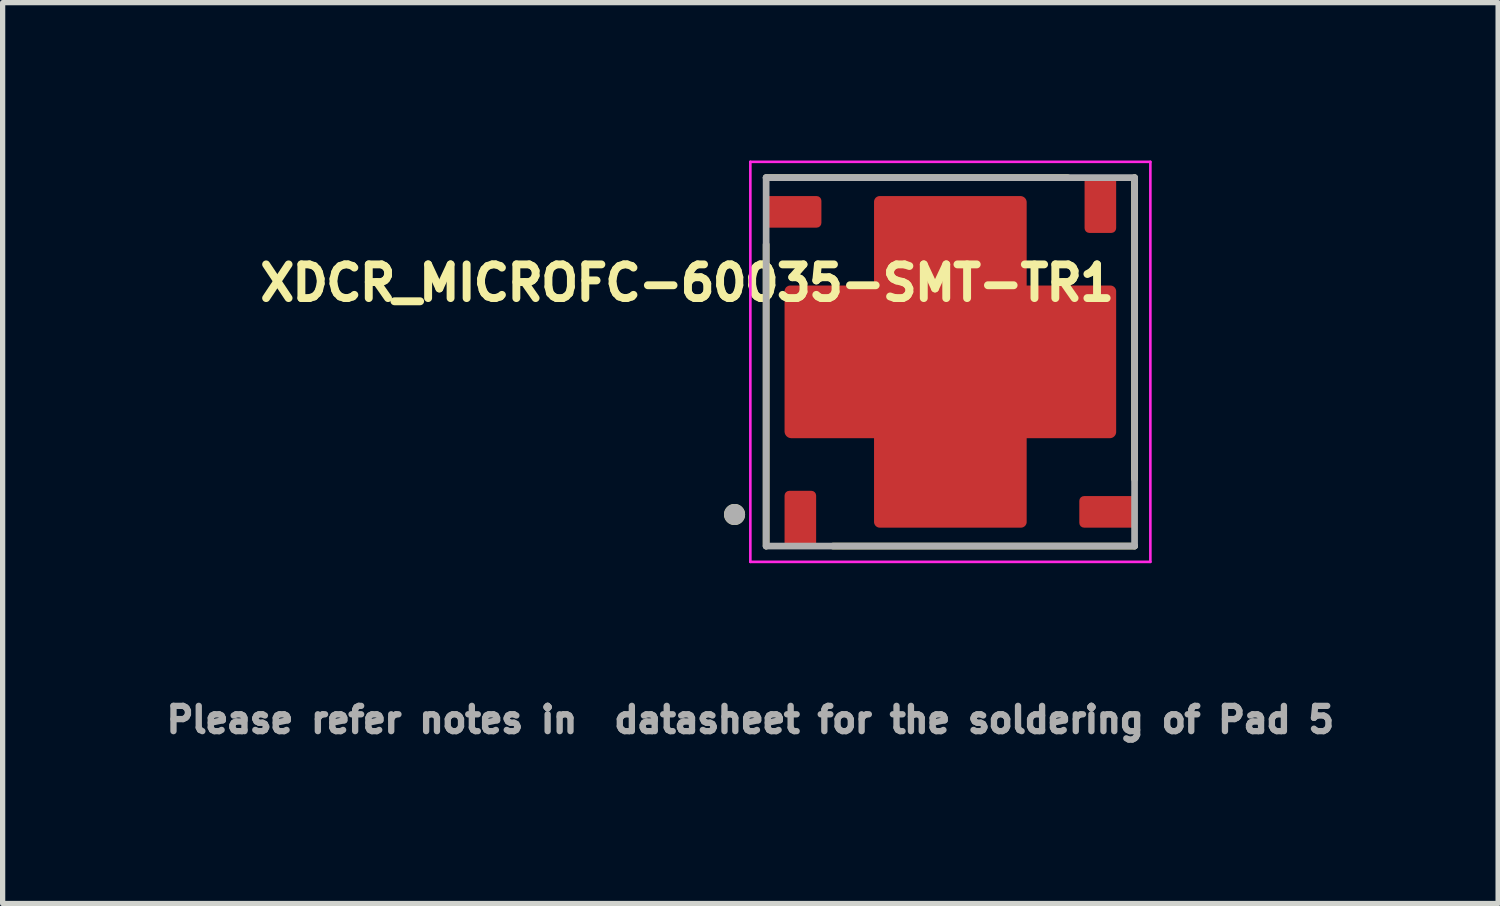
<source format=kicad_pcb>
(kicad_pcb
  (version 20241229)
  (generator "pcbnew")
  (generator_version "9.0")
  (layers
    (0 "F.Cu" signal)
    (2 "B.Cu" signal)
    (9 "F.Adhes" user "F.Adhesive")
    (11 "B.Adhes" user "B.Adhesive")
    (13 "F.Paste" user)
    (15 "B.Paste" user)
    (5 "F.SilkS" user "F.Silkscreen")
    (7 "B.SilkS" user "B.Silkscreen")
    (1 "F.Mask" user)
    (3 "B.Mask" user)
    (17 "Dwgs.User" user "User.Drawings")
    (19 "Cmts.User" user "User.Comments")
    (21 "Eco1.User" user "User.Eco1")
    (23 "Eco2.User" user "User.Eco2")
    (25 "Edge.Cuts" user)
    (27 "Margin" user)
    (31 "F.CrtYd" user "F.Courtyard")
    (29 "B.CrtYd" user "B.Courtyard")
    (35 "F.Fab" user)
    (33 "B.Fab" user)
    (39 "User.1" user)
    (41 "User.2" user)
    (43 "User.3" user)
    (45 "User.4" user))
  (footprint "XDCR_MICROFC-60035-SMT-TR1"
    (layer "F.Cu")
    (at 15.006 3.825)
    (property "Reference" "XDCR_MICROFC-60035-SMT-TR1" (at -5 -1.5 0) (layer "F.SilkS") (effects (font (size 0.64 0.64) (thickness 0.15))))
    (attr smd)
    (fp_poly (pts (xy -1.55 -1.55) (xy -1.55 -3.04) (xy -1.55 -3.051) (xy -1.549 -3.062) (xy -1.547 -3.073) (xy -1.545 -3.084) (xy -1.543 -3.094) (xy -1.54 -3.105) (xy -1.536 -3.115) (xy -1.532 -3.125) (xy -1.527 -3.135) (xy -1.522 -3.145) (xy -1.516 -3.154) (xy -1.51 -3.163) (xy -1.503 -3.172) (xy -1.496 -3.181) (xy -1.488 -3.188) (xy -1.481 -3.196) (xy -1.472 -3.203) (xy -1.463 -3.21) (xy -1.454 -3.216) (xy -1.445 -3.222) (xy -1.435 -3.227) (xy -1.425 -3.232) (xy -1.415 -3.236) (xy -1.405 -3.24) (xy -1.394 -3.243) (xy -1.384 -3.245) (xy -1.373 -3.247) (xy -1.362 -3.249) (xy -1.351 -3.25) (xy -1.34 -3.25) (xy -1.32 -3.25) (xy 1.33 -3.25) (xy 1.342 -3.25) (xy 1.353 -3.249) (xy 1.364 -3.247) (xy 1.376 -3.245) (xy 1.387 -3.243) (xy 1.398 -3.239) (xy 1.409 -3.235) (xy 1.419 -3.231) (xy 1.43 -3.226) (xy 1.44 -3.221) (xy 1.45 -3.215) (xy 1.459 -3.208) (xy 1.468 -3.201) (xy 1.477 -3.193) (xy 1.486 -3.186) (xy 1.493 -3.177) (xy 1.501 -3.168) (xy 1.508 -3.159) (xy 1.515 -3.15) (xy 1.521 -3.14) (xy 1.526 -3.13) (xy 1.531 -3.119) (xy 1.535 -3.109) (xy 1.539 -3.098) (xy 1.543 -3.087) (xy 1.545 -3.076) (xy 1.547 -3.064) (xy 1.549 -3.053) (xy 1.55 -3.042) (xy 1.55 -3.03) (xy 1.55 -1.55) (xy 3.04 -1.55) (xy 3.051 -1.55) (xy 3.062 -1.549) (xy 3.073 -1.547) (xy 3.084 -1.545) (xy 3.094 -1.543) (xy 3.105 -1.54) (xy 3.115 -1.536) (xy 3.125 -1.532) (xy 3.135 -1.527) (xy 3.145 -1.522) (xy 3.154 -1.516) (xy 3.163 -1.51) (xy 3.172 -1.503) (xy 3.181 -1.496) (xy 3.188 -1.488) (xy 3.196 -1.481) (xy 3.203 -1.472) (xy 3.21 -1.463) (xy 3.216 -1.454) (xy 3.222 -1.445) (xy 3.227 -1.435) (xy 3.232 -1.425) (xy 3.236 -1.415) (xy 3.24 -1.405) (xy 3.243 -1.394) (xy 3.245 -1.384) (xy 3.247 -1.373) (xy 3.249 -1.362) (xy 3.25 -1.351) (xy 3.25 -1.34) (xy 3.25 -1.31) (xy 3.25 1.3) (xy 3.25 1.33) (xy 3.25 1.342) (xy 3.249 1.353) (xy 3.247 1.364) (xy 3.245 1.376) (xy 3.243 1.387) (xy 3.239 1.398) (xy 3.235 1.409) (xy 3.231 1.419) (xy 3.226 1.43) (xy 3.221 1.44) (xy 3.215 1.45) (xy 3.208 1.459) (xy 3.201 1.468) (xy 3.193 1.477) (xy 3.186 1.486) (xy 3.177 1.493) (xy 3.168 1.501) (xy 3.159 1.508) (xy 3.15 1.515) (xy 3.14 1.521) (xy 3.13 1.526) (xy 3.119 1.531) (xy 3.109 1.535) (xy 3.098 1.539) (xy 3.087 1.543) (xy 3.076 1.545) (xy 3.064 1.547) (xy 3.053 1.549) (xy 3.042 1.55) (xy 3.03 1.55) (xy 1.55 1.55) (xy 1.55 3.04) (xy 1.55 3.051) (xy 1.549 3.062) (xy 1.547 3.073) (xy 1.545 3.084) (xy 1.543 3.094) (xy 1.54 3.105) (xy 1.536 3.115) (xy 1.532 3.125) (xy 1.527 3.135) (xy 1.522 3.145) (xy 1.516 3.154) (xy 1.51 3.163) (xy 1.503 3.172) (xy 1.496 3.181) (xy 1.488 3.188) (xy 1.481 3.196) (xy 1.472 3.203) (xy 1.463 3.21) (xy 1.454 3.216) (xy 1.445 3.222) (xy 1.435 3.227) (xy 1.425 3.232) (xy 1.415 3.236) (xy 1.405 3.24) (xy 1.394 3.243) (xy 1.384 3.245) (xy 1.373 3.247) (xy 1.362 3.249) (xy 1.351 3.25) (xy 1.34 3.25) (xy 1.31 3.25) (xy -1.32 3.25) (xy -1.34 3.25) (xy -1.351 3.25) (xy -1.362 3.249) (xy -1.373 3.247) (xy -1.384 3.245) (xy -1.394 3.243) (xy -1.405 3.24) (xy -1.415 3.236) (xy -1.425 3.232) (xy -1.435 3.227) (xy -1.445 3.222) (xy -1.454 3.216) (xy -1.463 3.21) (xy -1.472 3.203) (xy -1.481 3.196) (xy -1.488 3.188) (xy -1.496 3.181) (xy -1.503 3.172) (xy -1.51 3.163) (xy -1.516 3.154) (xy -1.522 3.145) (xy -1.527 3.135) (xy -1.532 3.125) (xy -1.536 3.115) (xy -1.54 3.105) (xy -1.543 3.094) (xy -1.545 3.084) (xy -1.547 3.073) (xy -1.549 3.062) (xy -1.55 3.051) (xy -1.55 3.04) (xy -1.55 1.55) (xy -3.02 1.55) (xy -3.032 1.55) (xy -3.044 1.549) (xy -3.056 1.547) (xy -3.068 1.545) (xy -3.08 1.542) (xy -3.091 1.539) (xy -3.102 1.535) (xy -3.114 1.53) (xy -3.124 1.525) (xy -3.135 1.519) (xy -3.145 1.513) (xy -3.155 1.506) (xy -3.165 1.499) (xy -3.174 1.491) (xy -3.183 1.483) (xy -3.191 1.474) (xy -3.199 1.465) (xy -3.206 1.455) (xy -3.213 1.445) (xy -3.219 1.435) (xy -3.225 1.424) (xy -3.23 1.414) (xy -3.235 1.402) (xy -3.239 1.391) (xy -3.242 1.38) (xy -3.245 1.368) (xy -3.247 1.356) (xy -3.249 1.344) (xy -3.25 1.332) (xy -3.25 1.32) (xy -3.25 -1.32) (xy -3.25 -1.34) (xy -3.25 -1.351) (xy -3.249 -1.362) (xy -3.247 -1.373) (xy -3.245 -1.384) (xy -3.243 -1.394) (xy -3.24 -1.405) (xy -3.236 -1.415) (xy -3.232 -1.425) (xy -3.227 -1.435) (xy -3.222 -1.445) (xy -3.216 -1.454) (xy -3.21 -1.463) (xy -3.203 -1.472) (xy -3.196 -1.481) (xy -3.188 -1.488) (xy -3.181 -1.496) (xy -3.172 -1.503) (xy -3.163 -1.51) (xy -3.154 -1.516) (xy -3.145 -1.522) (xy -3.135 -1.527) (xy -3.125 -1.532) (xy -3.115 -1.536) (xy -3.105 -1.54) (xy -3.094 -1.543) (xy -3.084 -1.545) (xy -3.073 -1.547) (xy -3.062 -1.549) (xy -3.051 -1.55) (xy -3.04 -1.55) (xy -1.55 -1.55)) (stroke (width 0.0001) (type solid)) (fill yes) (layer "F.Mask"))
    (fp_line (start -3.5 -3.5) (end 2.23 -3.5) (stroke (width 0.127) (type solid)) (layer "F.SilkS"))
    (fp_line (start -3.5 -2.23) (end -3.5 3.5) (stroke (width 0.127) (type solid)) (layer "F.SilkS"))
    (fp_line (start -2.23 3.5) (end 3.5 3.5) (stroke (width 0.127) (type solid)) (layer "F.SilkS"))
    (fp_line (start 3.5 -3.5) (end 3.5 2.23) (stroke (width 0.127) (type solid)) (layer "F.SilkS"))
    (fp_circle (center -4.1 2.9) (end -4 2.9) (stroke (width 0.2) (type solid)) (fill no) (layer "F.SilkS"))
    (fp_poly (pts (xy -3.325 -0.6) (xy -1.275 -0.6) (xy -1.275 0.6) (xy -3.325 0.6)) (stroke (width 0.01) (type solid)) (fill yes) (layer "F.Paste"))
    (fp_poly (pts (xy -1.025 -2.9) (xy 1.025 -2.9) (xy 1.025 -1.7) (xy -1.025 -1.7)) (stroke (width 0.01) (type solid)) (fill yes) (layer "F.Paste"))
    (fp_poly (pts (xy -1.025 -1.025) (xy 1.025 -1.025) (xy 1.025 1.025) (xy -1.025 1.025)) (stroke (width 0.01) (type solid)) (fill yes) (layer "F.Paste"))
    (fp_poly (pts (xy -1.025 1.7) (xy 1.025 1.7) (xy 1.025 2.9) (xy -1.025 2.9)) (stroke (width 0.01) (type solid)) (fill yes) (layer "F.Paste"))
    (fp_poly (pts (xy 1.275 -0.6) (xy 3.325 -0.6) (xy 3.325 0.6) (xy 1.275 0.6)) (stroke (width 0.01) (type solid)) (fill yes) (layer "F.Paste"))
    (fp_line (start -3.8 -3.8) (end 3.8 -3.8) (stroke (width 0.05) (type solid)) (layer "F.CrtYd"))
    (fp_line (start -3.8 3.8) (end -3.8 -3.8) (stroke (width 0.05) (type solid)) (layer "F.CrtYd"))
    (fp_line (start 3.8 -3.8) (end 3.8 3.8) (stroke (width 0.05) (type solid)) (layer "F.CrtYd"))
    (fp_line (start 3.8 3.8) (end -3.8 3.8) (stroke (width 0.05) (type solid)) (layer "F.CrtYd"))
    (fp_line (start -3.5 -3.5) (end 3.5 -3.5) (stroke (width 0.127) (type solid)) (layer "F.Fab"))
    (fp_line (start -3.5 3.5) (end -3.5 -3.5) (stroke (width 0.127) (type solid)) (layer "F.Fab"))
    (fp_line (start 3.5 -3.5) (end 3.5 3.5) (stroke (width 0.127) (type solid)) (layer "F.Fab"))
    (fp_line (start 3.5 3.5) (end -3.5 3.5) (stroke (width 0.127) (type solid)) (layer "F.Fab"))
    (fp_circle (center -4.1 2.9) (end -4 2.9) (stroke (width 0.2) (type solid)) (fill no) (layer "F.Fab"))
    (fp_text user "Please refer notes in  datasheet for the soldering of Pad 5" (at -3.8 6.8 0) (layer "F.Fab") (effects (font (size 0.48 0.48) (thickness 0.15))))
    (pad "1" smd roundrect (at -2.85 3 90) (size 1.1 0.6) (layers "F.Cu" "F.Mask" "F.Paste") (roundrect_rratio 0.15))
    (pad "2" smd roundrect (at 3 2.85 180) (size 1.1 0.6) (layers "F.Cu" "F.Mask" "F.Paste") (roundrect_rratio 0.15))
    (pad "3" smd roundrect (at 2.85 -3 270) (size 1.1 0.6) (layers "F.Cu" "F.Mask" "F.Paste") (roundrect_rratio 0.15))
    (pad "4" smd roundrect (at -3 -2.85) (size 1.1 0.6) (layers "F.Cu" "F.Mask" "F.Paste") (roundrect_rratio 0.15))
    (pad "5" smd custom (at 0 0) (size 2.9 2.9) (layers "F.Cu") (options (anchor rect)) (primitives (gr_poly (pts (xy -1.45 -1.45) (xy -1.45 -3.04) (xy -1.45 -3.046) (xy -1.449 -3.051) (xy -1.449 -3.057) (xy -1.448 -3.063) (xy -1.446 -3.068) (xy -1.445 -3.074) (xy -1.443 -3.079) (xy -1.44 -3.085) (xy -1.438 -3.09) (xy -1.435 -3.095) (xy -1.432 -3.1) (xy -1.429 -3.105) (xy -1.425 -3.109) (xy -1.422 -3.114) (xy -1.418 -3.118) (xy -1.414 -3.122) (xy -1.409 -3.125) (xy -1.405 -3.129) (xy -1.4 -3.132) (xy -1.395 -3.135) (xy -1.39 -3.138) (xy -1.385 -3.14) (xy -1.379 -3.143) (xy -1.374 -3.145) (xy -1.368 -3.146) (xy -1.363 -3.148) (xy -1.357 -3.149) (xy -1.351 -3.149) (xy -1.346 -3.15) (xy -1.34 -3.15) (xy -1.32 -3.15) (xy 1.33 -3.15) (xy 1.336 -3.15) (xy 1.343 -3.149) (xy 1.349 -3.149) (xy 1.355 -3.147) (xy 1.361 -3.146) (xy 1.367 -3.144) (xy 1.373 -3.142) (xy 1.379 -3.14) (xy 1.384 -3.137) (xy 1.39 -3.134) (xy 1.395 -3.131) (xy 1.401 -3.127) (xy 1.406 -3.123) (xy 1.41 -3.119) (xy 1.415 -3.115) (xy 1.419 -3.11) (xy 1.423 -3.106) (xy 1.427 -3.101) (xy 1.431 -3.095) (xy 1.434 -3.09) (xy 1.437 -3.084) (xy 1.44 -3.079) (xy 1.442 -3.073) (xy 1.444 -3.067) (xy 1.446 -3.061) (xy 1.447 -3.055) (xy 1.449 -3.049) (xy 1.449 -3.043) (xy 1.45 -3.036) (xy 1.45 -3.03) (xy 1.45 -1.45) (xy 3.04 -1.45) (xy 3.046 -1.45) (xy 3.051 -1.449) (xy 3.057 -1.449) (xy 3.063 -1.448) (xy 3.068 -1.446) (xy 3.074 -1.445) (xy 3.079 -1.443) (xy 3.085 -1.44) (xy 3.09 -1.438) (xy 3.095 -1.435) (xy 3.1 -1.432) (xy 3.105 -1.429) (xy 3.109 -1.425) (xy 3.114 -1.422) (xy 3.118 -1.418) (xy 3.122 -1.414) (xy 3.125 -1.409) (xy 3.129 -1.405) (xy 3.132 -1.4) (xy 3.135 -1.395) (xy 3.138 -1.39) (xy 3.14 -1.385) (xy 3.143 -1.379) (xy 3.145 -1.374) (xy 3.146 -1.368) (xy 3.148 -1.363) (xy 3.149 -1.357) (xy 3.149 -1.351) (xy 3.15 -1.346) (xy 3.15 -1.34) (xy 3.15 -1.31) (xy 3.15 1.3) (xy 3.15 1.33) (xy 3.15 1.336) (xy 3.149 1.343) (xy 3.149 1.349) (xy 3.147 1.355) (xy 3.146 1.361) (xy 3.144 1.367) (xy 3.142 1.373) (xy 3.14 1.379) (xy 3.137 1.384) (xy 3.134 1.39) (xy 3.131 1.395) (xy 3.127 1.401) (xy 3.123 1.406) (xy 3.119 1.41) (xy 3.115 1.415) (xy 3.11 1.419) (xy 3.106 1.423) (xy 3.101 1.427) (xy 3.095 1.431) (xy 3.09 1.434) (xy 3.084 1.437) (xy 3.079 1.44) (xy 3.073 1.442) (xy 3.067 1.444) (xy 3.061 1.446) (xy 3.055 1.447) (xy 3.049 1.449) (xy 3.043 1.449) (xy 3.036 1.45) (xy 3.03 1.45) (xy 1.45 1.45) (xy 1.45 3.04) (xy 1.45 3.046) (xy 1.449 3.051) (xy 1.449 3.057) (xy 1.448 3.063) (xy 1.446 3.068) (xy 1.445 3.074) (xy 1.443 3.079) (xy 1.44 3.085) (xy 1.438 3.09) (xy 1.435 3.095) (xy 1.432 3.1) (xy 1.429 3.105) (xy 1.425 3.109) (xy 1.422 3.114) (xy 1.418 3.118) (xy 1.414 3.122) (xy 1.409 3.125) (xy 1.405 3.129) (xy 1.4 3.132) (xy 1.395 3.135) (xy 1.39 3.138) (xy 1.385 3.14) (xy 1.379 3.143) (xy 1.374 3.145) (xy 1.368 3.146) (xy 1.363 3.148) (xy 1.357 3.149) (xy 1.351 3.149) (xy 1.346 3.15) (xy 1.34 3.15) (xy 1.31 3.15) (xy -1.32 3.15) (xy -1.34 3.15) (xy -1.346 3.15) (xy -1.351 3.149) (xy -1.357 3.149) (xy -1.363 3.148) (xy -1.368 3.146) (xy -1.374 3.145) (xy -1.379 3.143) (xy -1.385 3.14) (xy -1.39 3.138) (xy -1.395 3.135) (xy -1.4 3.132) (xy -1.405 3.129) (xy -1.409 3.125) (xy -1.414 3.122) (xy -1.418 3.118) (xy -1.422 3.114) (xy -1.425 3.109) (xy -1.429 3.105) (xy -1.432 3.1) (xy -1.435 3.095) (xy -1.438 3.09) (xy -1.44 3.085) (xy -1.443 3.079) (xy -1.445 3.074) (xy -1.446 3.068) (xy -1.448 3.063) (xy -1.449 3.057) (xy -1.449 3.051) (xy -1.45 3.046) (xy -1.45 3.04) (xy -1.45 1.45) (xy -3.02 1.45) (xy -3.027 1.45) (xy -3.034 1.449) (xy -3.04 1.448) (xy -3.047 1.447) (xy -3.054 1.446) (xy -3.06 1.444) (xy -3.067 1.441) (xy -3.073 1.439) (xy -3.079 1.436) (xy -3.085 1.433) (xy -3.091 1.429) (xy -3.096 1.425) (xy -3.102 1.421) (xy -3.107 1.417) (xy -3.112 1.412) (xy -3.117 1.407) (xy -3.121 1.402) (xy -3.125 1.396) (xy -3.129 1.391) (xy -3.133 1.385) (xy -3.136 1.379) (xy -3.139 1.373) (xy -3.141 1.367) (xy -3.144 1.36) (xy -3.146 1.354) (xy -3.147 1.347) (xy -3.148 1.34) (xy -3.149 1.334) (xy -3.15 1.327) (xy -3.15 1.32) (xy -3.15 -1.32) (xy -3.15 -1.34) (xy -3.15 -1.346) (xy -3.149 -1.351) (xy -3.149 -1.357) (xy -3.148 -1.363) (xy -3.146 -1.368) (xy -3.145 -1.374) (xy -3.143 -1.379) (xy -3.14 -1.385) (xy -3.138 -1.39) (xy -3.135 -1.395) (xy -3.132 -1.4) (xy -3.129 -1.405) (xy -3.125 -1.409) (xy -3.122 -1.414) (xy -3.118 -1.418) (xy -3.114 -1.422) (xy -3.109 -1.425) (xy -3.105 -1.429) (xy -3.1 -1.432) (xy -3.095 -1.435) (xy -3.09 -1.438) (xy -3.085 -1.44) (xy -3.079 -1.443) (xy -3.074 -1.445) (xy -3.068 -1.446) (xy -3.063 -1.448) (xy -3.057 -1.449) (xy -3.051 -1.449) (xy -3.046 -1.45) (xy -3.04 -1.45) (xy -1.45 -1.45)) (width 0.0001) (fill yes)))))
  (gr_rect
    (start -3 -3)
    (end 25.413 14.116)
    (stroke (width 0.1) (type default))
    (fill no)
    (layer "Edge.Cuts")))
</source>
